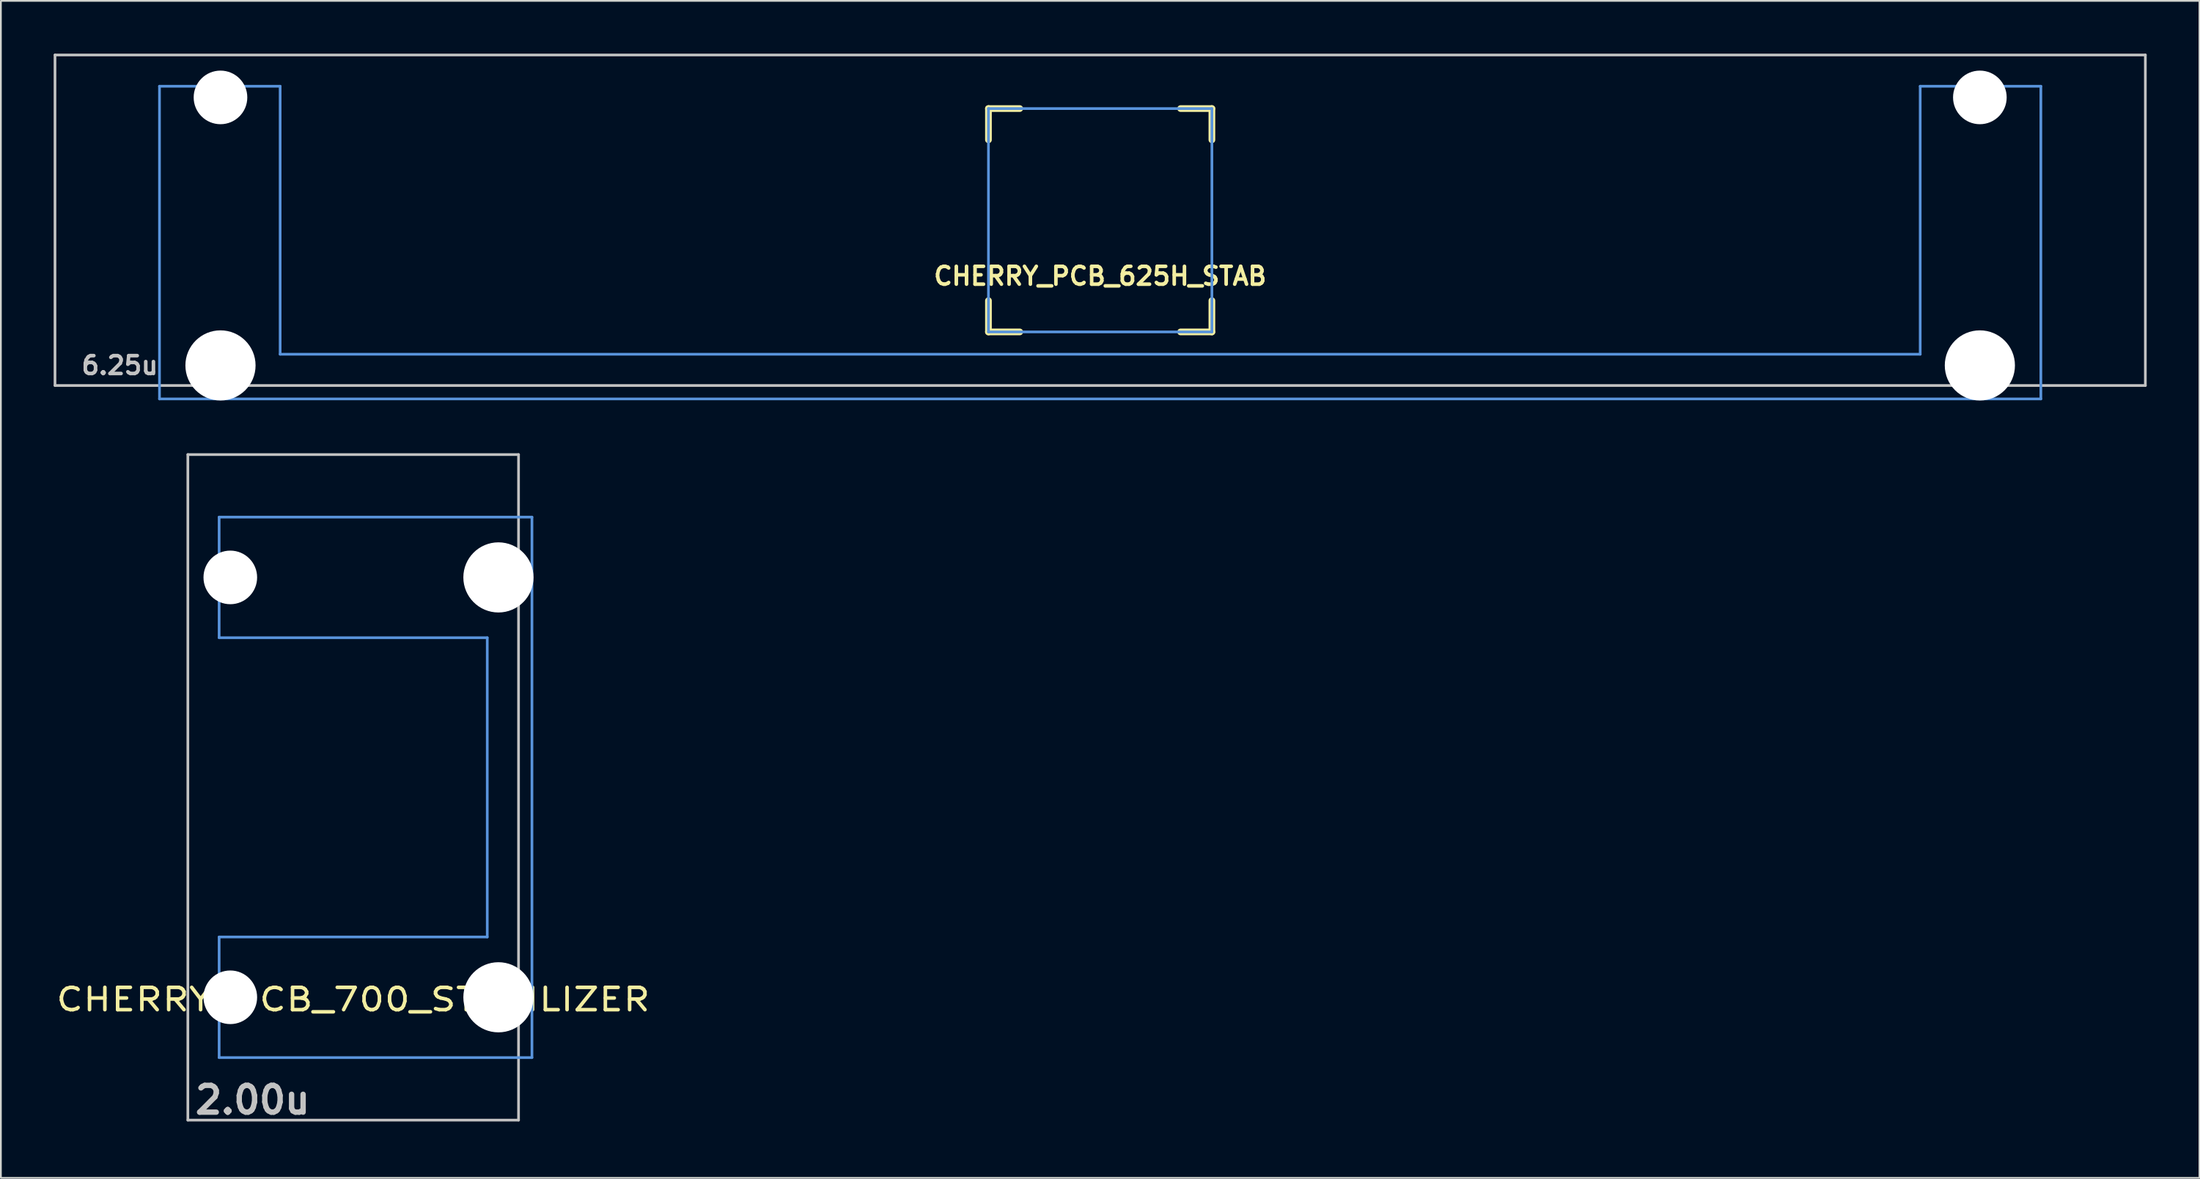
<source format=kicad_pcb>
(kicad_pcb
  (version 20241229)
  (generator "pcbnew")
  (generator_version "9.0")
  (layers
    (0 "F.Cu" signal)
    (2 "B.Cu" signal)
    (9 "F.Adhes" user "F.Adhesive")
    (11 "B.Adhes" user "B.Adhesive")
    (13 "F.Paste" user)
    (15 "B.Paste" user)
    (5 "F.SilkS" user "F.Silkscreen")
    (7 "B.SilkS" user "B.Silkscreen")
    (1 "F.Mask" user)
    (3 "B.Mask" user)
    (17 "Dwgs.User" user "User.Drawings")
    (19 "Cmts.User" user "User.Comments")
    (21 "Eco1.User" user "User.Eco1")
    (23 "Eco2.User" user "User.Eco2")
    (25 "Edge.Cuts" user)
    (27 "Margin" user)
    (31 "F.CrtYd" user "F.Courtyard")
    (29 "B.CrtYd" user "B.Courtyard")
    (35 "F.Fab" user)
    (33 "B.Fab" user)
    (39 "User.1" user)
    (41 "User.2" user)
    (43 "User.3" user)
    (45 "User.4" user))
  (footprint "CHERRY_PCB_625H_STAB"
    (layer "F.Cu")
    (at 59.482 9.474)
    (property "Reference" "CHERRY_PCB_625H_STAB" (at 0 3.175 0) (layer "F.SilkS") (effects (font (size 1.016 1.016) (thickness 0.203))))
    (attr through_hole)
    (fp_line (start -6.35 -6.35) (end -4.572 -6.35) (stroke (width 0.381) (type solid)) (layer "F.SilkS"))
    (fp_line (start -6.35 -4.572) (end -6.35 -6.35) (stroke (width 0.381) (type solid)) (layer "F.SilkS"))
    (fp_line (start -6.35 6.35) (end -6.35 4.572) (stroke (width 0.381) (type solid)) (layer "F.SilkS"))
    (fp_line (start -4.572 6.35) (end -6.35 6.35) (stroke (width 0.381) (type solid)) (layer "F.SilkS"))
    (fp_line (start 4.572 -6.35) (end 6.35 -6.35) (stroke (width 0.381) (type solid)) (layer "F.SilkS"))
    (fp_line (start 6.35 -6.35) (end 6.35 -4.572) (stroke (width 0.381) (type solid)) (layer "F.SilkS"))
    (fp_line (start 6.35 4.572) (end 6.35 6.35) (stroke (width 0.381) (type solid)) (layer "F.SilkS"))
    (fp_line (start 6.35 6.35) (end 4.572 6.35) (stroke (width 0.381) (type solid)) (layer "F.SilkS"))
    (fp_line (start -59.406 -9.398) (end 59.406 -9.398) (stroke (width 0.152) (type solid)) (layer "Dwgs.User"))
    (fp_line (start -59.406 9.398) (end -59.406 -9.398) (stroke (width 0.152) (type solid)) (layer "Dwgs.User"))
    (fp_line (start 59.406 -9.398) (end 59.406 9.398) (stroke (width 0.152) (type solid)) (layer "Dwgs.User"))
    (fp_line (start 59.406 9.398) (end -59.406 9.398) (stroke (width 0.152) (type solid)) (layer "Dwgs.User"))
    (fp_line (start -53.467 -7.62) (end -53.467 10.16) (stroke (width 0.152) (type solid)) (layer "Cmts.User"))
    (fp_line (start -53.467 10.16) (end 53.467 10.16) (stroke (width 0.152) (type solid)) (layer "Cmts.User"))
    (fp_line (start -46.609 -7.62) (end -53.467 -7.62) (stroke (width 0.152) (type solid)) (layer "Cmts.User"))
    (fp_line (start -46.609 7.62) (end -46.609 -7.62) (stroke (width 0.152) (type solid)) (layer "Cmts.User"))
    (fp_line (start -6.35 -6.35) (end 6.35 -6.35) (stroke (width 0.152) (type solid)) (layer "Cmts.User"))
    (fp_line (start -6.35 6.35) (end -6.35 -6.35) (stroke (width 0.152) (type solid)) (layer "Cmts.User"))
    (fp_line (start 6.35 -6.35) (end 6.35 6.35) (stroke (width 0.152) (type solid)) (layer "Cmts.User"))
    (fp_line (start 6.35 6.35) (end -6.35 6.35) (stroke (width 0.152) (type solid)) (layer "Cmts.User"))
    (fp_line (start 46.609 -7.62) (end 46.609 7.62) (stroke (width 0.152) (type solid)) (layer "Cmts.User"))
    (fp_line (start 46.609 7.62) (end -46.609 7.62) (stroke (width 0.152) (type solid)) (layer "Cmts.User"))
    (fp_line (start 53.467 -7.62) (end 46.609 -7.62) (stroke (width 0.152) (type solid)) (layer "Cmts.User"))
    (fp_line (start 53.467 10.16) (end 53.467 -7.62) (stroke (width 0.152) (type solid)) (layer "Cmts.User"))
    (fp_line (start -54.229 -2.286) (end -53.365 -2.286) (stroke (width 0.152) (type solid)) (layer "Eco2.User"))
    (fp_line (start -54.229 0.508) (end -54.229 -2.286) (stroke (width 0.152) (type solid)) (layer "Eco2.User"))
    (fp_line (start -53.365 -5.69) (end -46.711 -5.69) (stroke (width 0.152) (type solid)) (layer "Eco2.User"))
    (fp_line (start -53.365 -2.286) (end -53.365 -5.69) (stroke (width 0.152) (type solid)) (layer "Eco2.User"))
    (fp_line (start -53.365 0.508) (end -54.229 0.508) (stroke (width 0.152) (type solid)) (layer "Eco2.User"))
    (fp_line (start -53.365 6.604) (end -53.365 0.508) (stroke (width 0.152) (type solid)) (layer "Eco2.User"))
    (fp_line (start -52.324 6.604) (end -53.365 6.604) (stroke (width 0.152) (type solid)) (layer "Eco2.User"))
    (fp_line (start -52.324 7.772) (end -52.324 6.604) (stroke (width 0.152) (type solid)) (layer "Eco2.User"))
    (fp_line (start -47.752 6.604) (end -47.752 7.772) (stroke (width 0.152) (type solid)) (layer "Eco2.User"))
    (fp_line (start -47.752 7.772) (end -52.324 7.772) (stroke (width 0.152) (type solid)) (layer "Eco2.User"))
    (fp_line (start -46.711 -5.69) (end -46.711 -2.286) (stroke (width 0.152) (type solid)) (layer "Eco2.User"))
    (fp_line (start -46.711 -2.286) (end -6.985 -2.286) (stroke (width 0.152) (type solid)) (layer "Eco2.User"))
    (fp_line (start -46.711 2.286) (end -46.711 6.604) (stroke (width 0.152) (type solid)) (layer "Eco2.User"))
    (fp_line (start -46.711 6.604) (end -47.752 6.604) (stroke (width 0.152) (type solid)) (layer "Eco2.User"))
    (fp_line (start -6.985 -6.985) (end 6.985 -6.985) (stroke (width 0.152) (type solid)) (layer "Eco2.User"))
    (fp_line (start -6.985 -2.286) (end -6.985 -6.985) (stroke (width 0.152) (type solid)) (layer "Eco2.User"))
    (fp_line (start -6.985 2.286) (end -46.711 2.286) (stroke (width 0.152) (type solid)) (layer "Eco2.User"))
    (fp_line (start -6.985 6.985) (end -6.985 2.286) (stroke (width 0.152) (type solid)) (layer "Eco2.User"))
    (fp_line (start 6.985 -6.985) (end 6.985 -2.286) (stroke (width 0.152) (type solid)) (layer "Eco2.User"))
    (fp_line (start 6.985 -2.286) (end 46.711 -2.286) (stroke (width 0.152) (type solid)) (layer "Eco2.User"))
    (fp_line (start 6.985 2.286) (end 6.985 6.985) (stroke (width 0.152) (type solid)) (layer "Eco2.User"))
    (fp_line (start 6.985 6.985) (end -6.985 6.985) (stroke (width 0.152) (type solid)) (layer "Eco2.User"))
    (fp_line (start 46.711 -5.69) (end 53.365 -5.69) (stroke (width 0.152) (type solid)) (layer "Eco2.User"))
    (fp_line (start 46.711 -2.286) (end 46.711 -5.69) (stroke (width 0.152) (type solid)) (layer "Eco2.User"))
    (fp_line (start 46.711 2.286) (end 6.985 2.286) (stroke (width 0.152) (type solid)) (layer "Eco2.User"))
    (fp_line (start 46.711 6.604) (end 46.711 2.286) (stroke (width 0.152) (type solid)) (layer "Eco2.User"))
    (fp_line (start 47.752 6.604) (end 46.711 6.604) (stroke (width 0.152) (type solid)) (layer "Eco2.User"))
    (fp_line (start 47.752 7.772) (end 47.752 6.604) (stroke (width 0.152) (type solid)) (layer "Eco2.User"))
    (fp_line (start 52.324 6.604) (end 52.324 7.772) (stroke (width 0.152) (type solid)) (layer "Eco2.User"))
    (fp_line (start 52.324 7.772) (end 47.752 7.772) (stroke (width 0.152) (type solid)) (layer "Eco2.User"))
    (fp_line (start 53.365 -5.69) (end 53.365 -2.286) (stroke (width 0.152) (type solid)) (layer "Eco2.User"))
    (fp_line (start 53.365 -2.286) (end 54.229 -2.286) (stroke (width 0.152) (type solid)) (layer "Eco2.User"))
    (fp_line (start 53.365 0.508) (end 53.365 6.604) (stroke (width 0.152) (type solid)) (layer "Eco2.User"))
    (fp_line (start 53.365 6.604) (end 52.324 6.604) (stroke (width 0.152) (type solid)) (layer "Eco2.User"))
    (fp_line (start 54.229 -2.286) (end 54.229 0.508) (stroke (width 0.152) (type solid)) (layer "Eco2.User"))
    (fp_line (start 54.229 0.508) (end 53.365 0.508) (stroke (width 0.152) (type solid)) (layer "Eco2.User"))
    (fp_text user "6.25u" (at -55.723 8.255 0) (layer "Dwgs.User") (effects (font (size 1.016 1.016) (thickness 0.203))))
    (pad "" np_thru_hole circle (at -50 -6.985) (size 3.048 3.048) (drill 3.048) (layers "*.Cu"))
    (pad "" np_thru_hole circle (at -50 8.255) (size 3.988 3.988) (drill 3.988) (layers "*.Cu"))
    (pad "" np_thru_hole circle (at 50 -6.985) (size 3.048 3.048) (drill 3.048) (layers "*.Cu"))
    (pad "" np_thru_hole circle (at 50 8.255) (size 3.988 3.988) (drill 3.988) (layers "*.Cu")))
  (footprint "CHERRY_PCB_700_STABILIZER"
    (layer "F.Cu")
    (at 17.025 41.722)
    (property "Reference" "CHERRY_PCB_700_STABILIZER" (at 0 12.065 180) (layer "F.SilkS") (effects (font (size 1.27 1.524) (thickness 0.203))))
    (attr through_hole)
    (fp_line (start -9.398 -18.923) (end 9.398 -18.923) (stroke (width 0.152) (type solid)) (layer "Dwgs.User"))
    (fp_line (start -9.398 18.923) (end -9.398 -18.923) (stroke (width 0.152) (type solid)) (layer "Dwgs.User"))
    (fp_line (start 9.398 -18.923) (end 9.398 18.923) (stroke (width 0.152) (type solid)) (layer "Dwgs.User"))
    (fp_line (start 9.398 18.923) (end -9.398 18.923) (stroke (width 0.152) (type solid)) (layer "Dwgs.User"))
    (fp_line (start -7.62 -15.367) (end -7.62 -8.509) (stroke (width 0.152) (type solid)) (layer "Cmts.User"))
    (fp_line (start -7.62 -8.509) (end 7.62 -8.509) (stroke (width 0.152) (type solid)) (layer "Cmts.User"))
    (fp_line (start -7.62 8.509) (end -7.62 15.367) (stroke (width 0.152) (type solid)) (layer "Cmts.User"))
    (fp_line (start -7.62 15.367) (end 10.16 15.367) (stroke (width 0.152) (type solid)) (layer "Cmts.User"))
    (fp_line (start 7.62 -8.509) (end 7.62 8.509) (stroke (width 0.152) (type solid)) (layer "Cmts.User"))
    (fp_line (start 7.62 8.509) (end -7.62 8.509) (stroke (width 0.152) (type solid)) (layer "Cmts.User"))
    (fp_line (start 10.16 -15.367) (end -7.62 -15.367) (stroke (width 0.152) (type solid)) (layer "Cmts.User"))
    (fp_line (start 10.16 15.367) (end 10.16 -15.367) (stroke (width 0.152) (type solid)) (layer "Cmts.User"))
    (fp_line (start -6.985 -6.985) (end -4.877 -6.985) (stroke (width 0.152) (type solid)) (layer "Eco2.User"))
    (fp_line (start -6.985 6.985) (end -6.985 -6.985) (stroke (width 0.152) (type solid)) (layer "Eco2.User"))
    (fp_line (start -5.69 -15.265) (end -2.286 -15.265) (stroke (width 0.152) (type solid)) (layer "Eco2.User"))
    (fp_line (start -5.69 -8.611) (end -5.69 -15.265) (stroke (width 0.152) (type solid)) (layer "Eco2.User"))
    (fp_line (start -5.69 8.611) (end -4.877 8.611) (stroke (width 0.152) (type solid)) (layer "Eco2.User"))
    (fp_line (start -5.69 15.265) (end -5.69 8.611) (stroke (width 0.152) (type solid)) (layer "Eco2.User"))
    (fp_line (start -4.877 -8.611) (end -5.69 -8.611) (stroke (width 0.152) (type solid)) (layer "Eco2.User"))
    (fp_line (start -4.877 -6.985) (end -4.877 -8.611) (stroke (width 0.152) (type solid)) (layer "Eco2.User"))
    (fp_line (start -4.877 6.985) (end -6.985 6.985) (stroke (width 0.152) (type solid)) (layer "Eco2.User"))
    (fp_line (start -4.877 8.611) (end -4.877 6.985) (stroke (width 0.152) (type solid)) (layer "Eco2.User"))
    (fp_line (start -2.286 -16.129) (end 0.508 -16.129) (stroke (width 0.152) (type solid)) (layer "Eco2.User"))
    (fp_line (start -2.286 -15.265) (end -2.286 -16.129) (stroke (width 0.152) (type solid)) (layer "Eco2.User"))
    (fp_line (start -2.286 15.265) (end -5.69 15.265) (stroke (width 0.152) (type solid)) (layer "Eco2.User"))
    (fp_line (start -2.286 16.129) (end -2.286 15.265) (stroke (width 0.152) (type solid)) (layer "Eco2.User"))
    (fp_line (start 0.508 -16.129) (end 0.508 -15.265) (stroke (width 0.152) (type solid)) (layer "Eco2.User"))
    (fp_line (start 0.508 -15.265) (end 6.604 -15.265) (stroke (width 0.152) (type solid)) (layer "Eco2.User"))
    (fp_line (start 0.508 15.265) (end 0.508 16.129) (stroke (width 0.152) (type solid)) (layer "Eco2.User"))
    (fp_line (start 0.508 16.129) (end -2.286 16.129) (stroke (width 0.152) (type solid)) (layer "Eco2.User"))
    (fp_line (start 5.817 -8.611) (end 5.817 -6.985) (stroke (width 0.152) (type solid)) (layer "Eco2.User"))
    (fp_line (start 5.817 -6.985) (end 6.985 -6.985) (stroke (width 0.152) (type solid)) (layer "Eco2.User"))
    (fp_line (start 5.817 6.985) (end 5.817 8.611) (stroke (width 0.152) (type solid)) (layer "Eco2.User"))
    (fp_line (start 5.817 8.611) (end 6.604 8.611) (stroke (width 0.152) (type solid)) (layer "Eco2.User"))
    (fp_line (start 6.604 -15.265) (end 6.604 -14.224) (stroke (width 0.152) (type solid)) (layer "Eco2.User"))
    (fp_line (start 6.604 -14.224) (end 7.772 -14.224) (stroke (width 0.152) (type solid)) (layer "Eco2.User"))
    (fp_line (start 6.604 -9.652) (end 6.604 -8.611) (stroke (width 0.152) (type solid)) (layer "Eco2.User"))
    (fp_line (start 6.604 -8.611) (end 5.817 -8.611) (stroke (width 0.152) (type solid)) (layer "Eco2.User"))
    (fp_line (start 6.604 8.611) (end 6.604 9.652) (stroke (width 0.152) (type solid)) (layer "Eco2.User"))
    (fp_line (start 6.604 9.652) (end 7.772 9.652) (stroke (width 0.152) (type solid)) (layer "Eco2.User"))
    (fp_line (start 6.604 14.224) (end 6.604 15.265) (stroke (width 0.152) (type solid)) (layer "Eco2.User"))
    (fp_line (start 6.604 15.265) (end 0.508 15.265) (stroke (width 0.152) (type solid)) (layer "Eco2.User"))
    (fp_line (start 6.985 -6.985) (end 6.985 6.985) (stroke (width 0.152) (type solid)) (layer "Eco2.User"))
    (fp_line (start 6.985 6.985) (end 5.817 6.985) (stroke (width 0.152) (type solid)) (layer "Eco2.User"))
    (fp_line (start 7.772 -14.224) (end 7.772 -9.652) (stroke (width 0.152) (type solid)) (layer "Eco2.User"))
    (fp_line (start 7.772 -9.652) (end 6.604 -9.652) (stroke (width 0.152) (type solid)) (layer "Eco2.User"))
    (fp_line (start 7.772 9.652) (end 7.772 14.224) (stroke (width 0.152) (type solid)) (layer "Eco2.User"))
    (fp_line (start 7.772 14.224) (end 6.604 14.224) (stroke (width 0.152) (type solid)) (layer "Eco2.User"))
    (fp_text user "2.00u" (at -5.715 17.78 0) (layer "Dwgs.User") (effects (font (size 1.524 1.524) (thickness 0.305))))
    (pad "" np_thru_hole circle (at -6.985 -11.938 90) (size 3.048 3.048) (drill 3.048) (layers "*.Cu"))
    (pad "" np_thru_hole circle (at -6.985 11.938 90) (size 3.048 3.048) (drill 3.048) (layers "*.Cu"))
    (pad "" np_thru_hole circle (at 8.255 -11.938 90) (size 3.988 3.988) (drill 3.988) (layers "*.Cu"))
    (pad "" np_thru_hole circle (at 8.255 11.938 90) (size 3.988 3.988) (drill 3.988) (layers "*.Cu")))
  (gr_rect
    (start -3 -3)
    (end 121.963 63.929)
    (stroke (width 0.1) (type default))
    (fill no)
    (layer "Edge.Cuts")))
</source>
